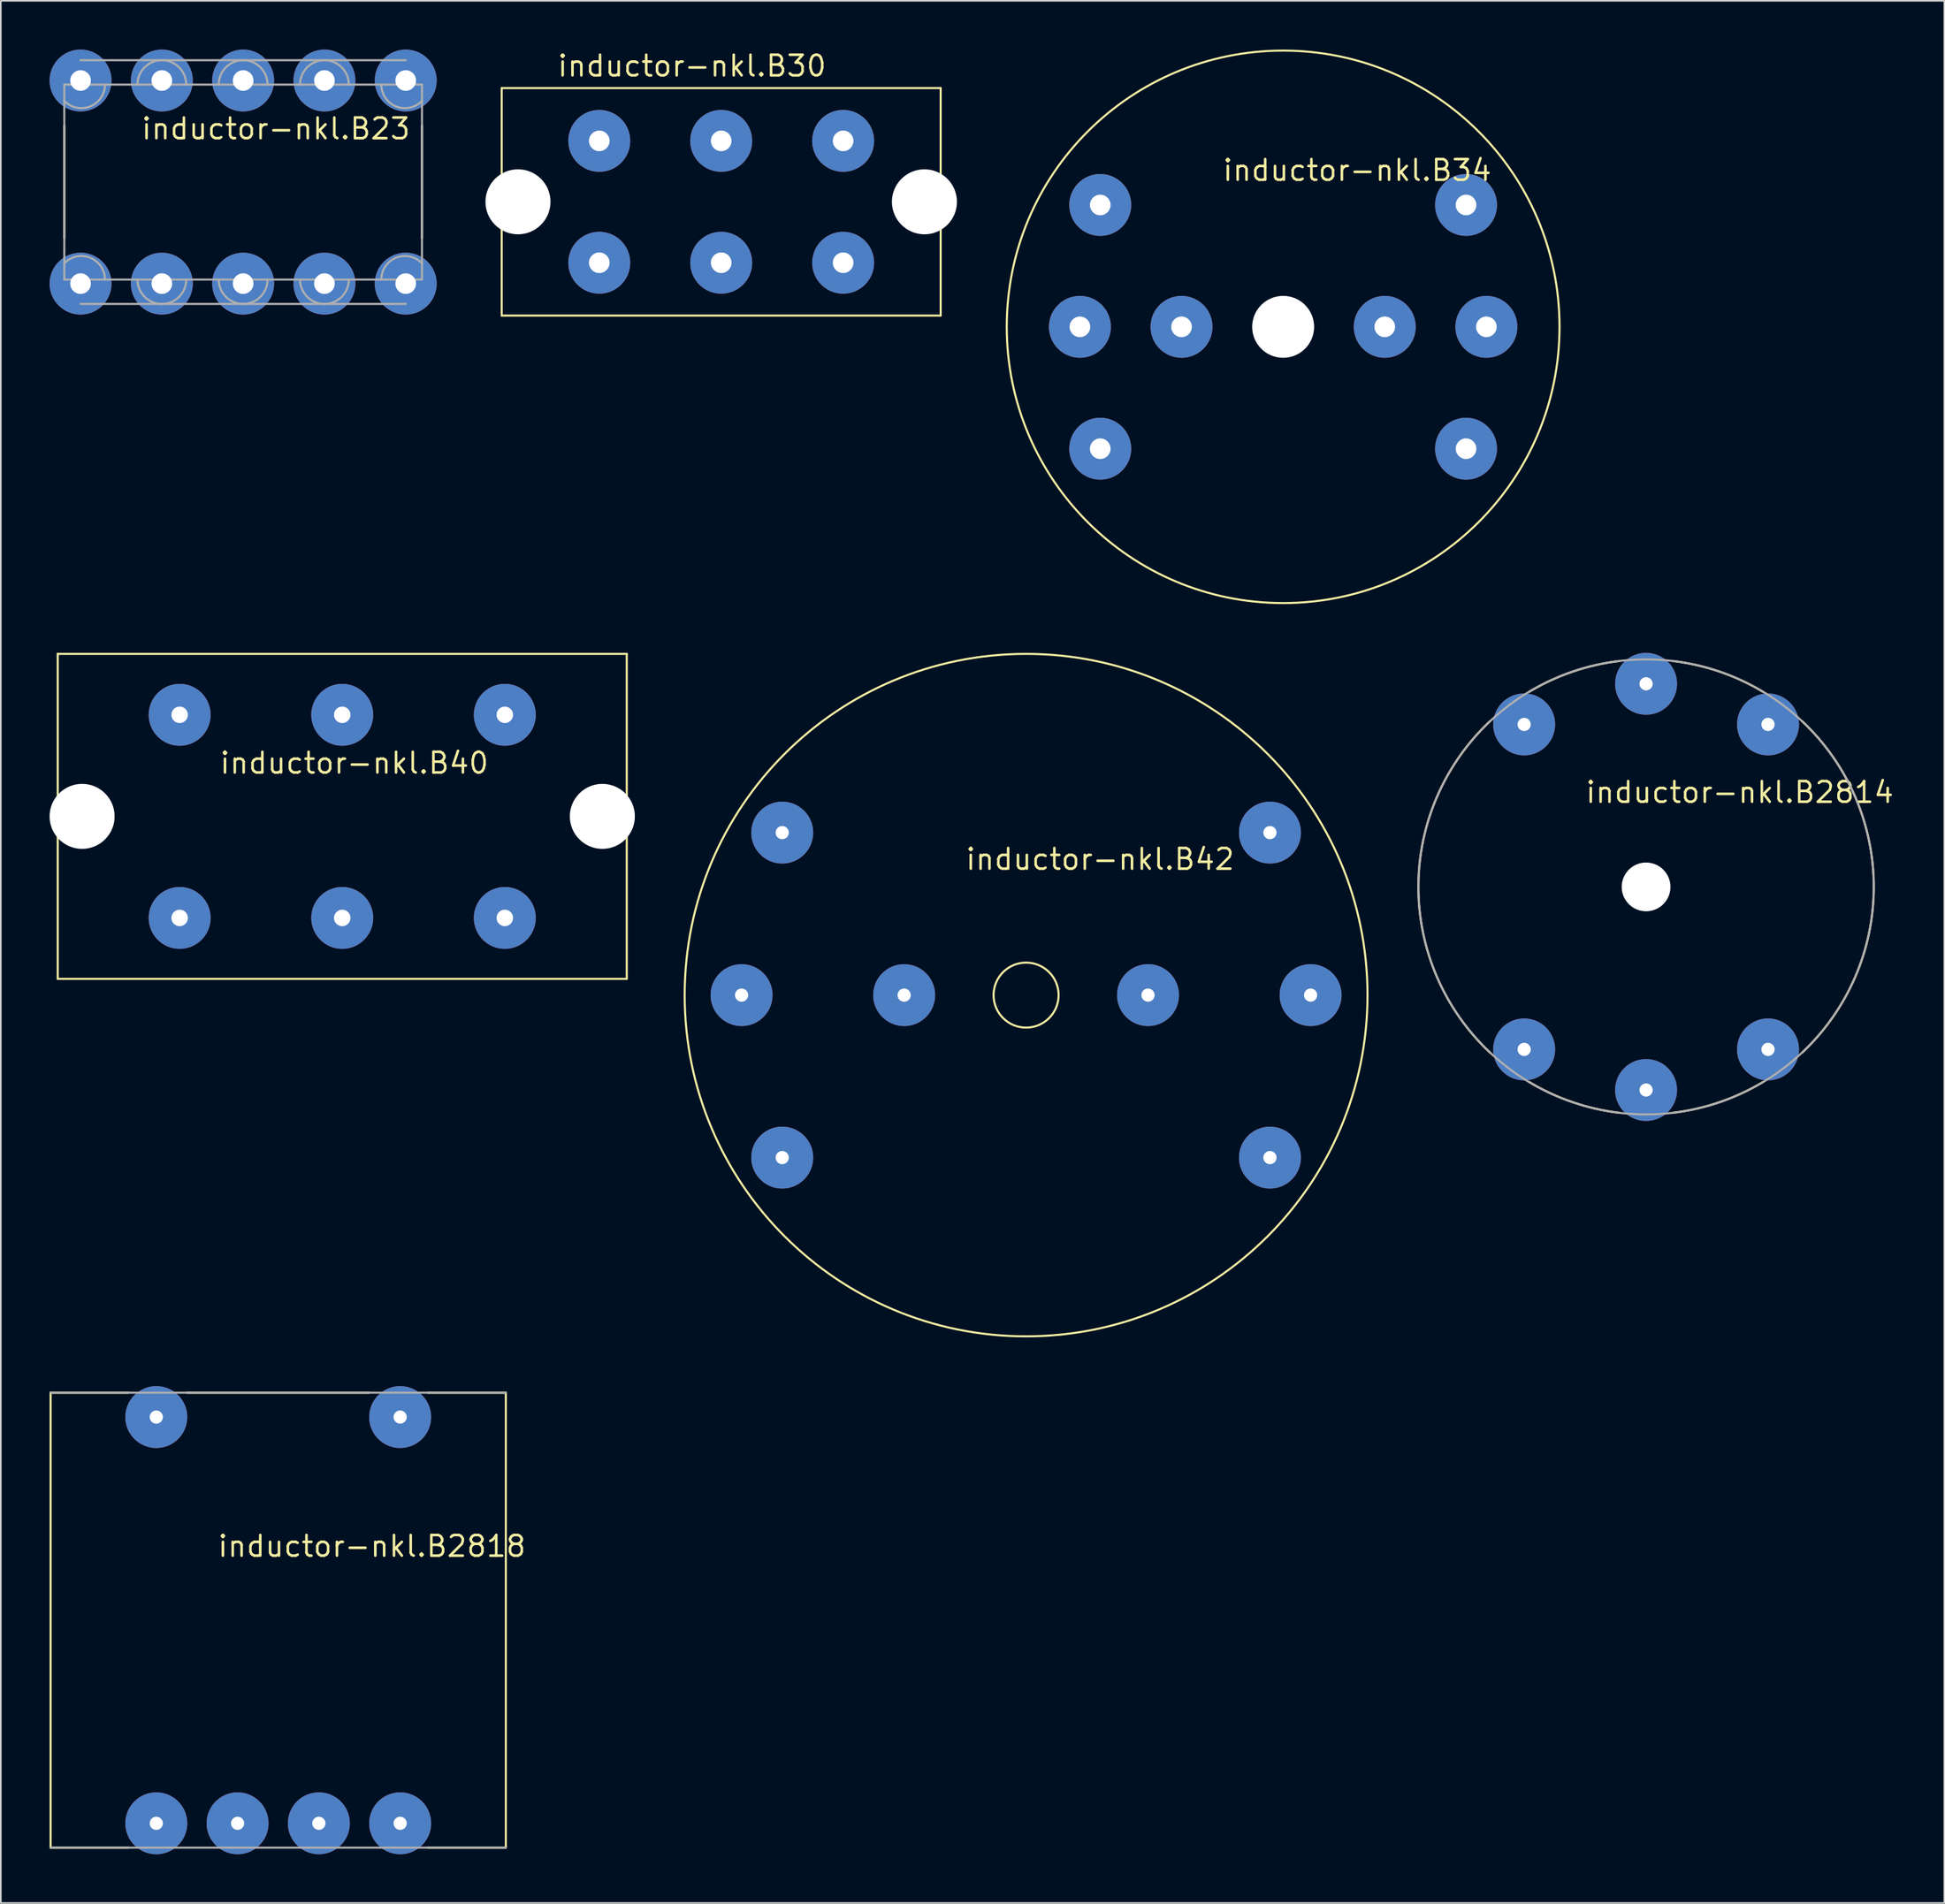
<source format=kicad_pcb>
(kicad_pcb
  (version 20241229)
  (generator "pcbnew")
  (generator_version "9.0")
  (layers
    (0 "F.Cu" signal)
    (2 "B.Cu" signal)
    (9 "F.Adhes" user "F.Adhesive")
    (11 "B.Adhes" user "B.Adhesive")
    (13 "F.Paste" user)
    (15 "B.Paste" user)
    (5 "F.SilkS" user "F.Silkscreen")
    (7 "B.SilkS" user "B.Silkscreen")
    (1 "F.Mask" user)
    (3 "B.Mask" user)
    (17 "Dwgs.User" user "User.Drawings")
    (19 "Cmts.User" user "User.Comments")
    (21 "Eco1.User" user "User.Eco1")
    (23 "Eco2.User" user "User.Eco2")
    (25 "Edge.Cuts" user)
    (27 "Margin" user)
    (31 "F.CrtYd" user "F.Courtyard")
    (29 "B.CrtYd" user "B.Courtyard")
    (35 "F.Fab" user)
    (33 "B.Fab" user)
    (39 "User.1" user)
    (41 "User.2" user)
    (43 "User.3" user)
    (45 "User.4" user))
  (footprint "inductor-nkl.B30"
    (layer "F.Cu")
    (at 41.31 9.37)
    (property "Reference" "inductor-nkl.B30" (at -10.16 -7.62 0) (layer "F.SilkS") (effects (font (size 1.27 1.27) (thickness 0.16)) (justify left bottom)))
    (attr through_hole)
    (fp_line (start -13.5 -7) (end 13.5 -7) (stroke (width 0.127) (type default)) (layer "F.SilkS"))
    (fp_line (start -13.5 7) (end -13.5 -7) (stroke (width 0.127) (type default)) (layer "F.SilkS"))
    (fp_line (start 13.5 -7) (end 13.5 7) (stroke (width 0.127) (type default)) (layer "F.SilkS"))
    (fp_line (start 13.5 7) (end -13.5 7) (stroke (width 0.127) (type default)) (layer "F.SilkS"))
    (pad "" np_thru_hole circle (at -12.5 0) (size 4 4) (drill 4) (layers "*.Cu" "*.Mask"))
    (pad "" np_thru_hole circle (at 12.5 0) (size 4 4) (drill 4) (layers "*.Cu" "*.Mask"))
    (pad "1" thru_hole circle (at 7.5 -3.75) (size 3.81 3.81) (drill 1.27) (layers "*.Cu" "*.Mask"))
    (pad "2" thru_hole circle (at 7.5 3.75) (size 3.81 3.81) (drill 1.27) (layers "*.Cu" "*.Mask"))
    (pad "3" thru_hole circle (at -7.5 -3.75) (size 3.81 3.81) (drill 1.27) (layers "*.Cu" "*.Mask"))
    (pad "4" thru_hole circle (at -7.5 3.75) (size 3.81 3.81) (drill 1.27) (layers "*.Cu" "*.Mask"))
    (pad "5" thru_hole circle (at 0 -3.75) (size 3.81 3.81) (drill 1.27) (layers "*.Cu" "*.Mask"))
    (pad "6" thru_hole circle (at 0 3.75) (size 3.81 3.81) (drill 1.27) (layers "*.Cu" "*.Mask")))
  (footprint "inductor-nkl.B34"
    (layer "F.Cu")
    (at 75.874 17.064)
    (property "Reference" "inductor-nkl.B34" (at -3.81 -8.89 0) (layer "F.SilkS") (effects (font (size 1.27 1.27) (thickness 0.16)) (justify left bottom)))
    (attr through_hole)
    (fp_circle (center 0 0) (end 17 0) (stroke (width 0.127) (type default)) (fill no) (layer "F.SilkS"))
    (pad "" np_thru_hole circle (at 0 0) (size 3.81 3.81) (drill 3.81) (layers "*.Cu" "*.Mask"))
    (pad "1" thru_hole circle (at -11.25 -7.5) (size 3.81 3.81) (drill 1.27) (layers "*.Cu" "*.Mask"))
    (pad "2" thru_hole circle (at 11.25 -7.5) (size 3.81 3.81) (drill 1.27) (layers "*.Cu" "*.Mask"))
    (pad "3" thru_hole circle (at -11.25 7.5) (size 3.81 3.81) (drill 1.27) (layers "*.Cu" "*.Mask"))
    (pad "4" thru_hole circle (at 11.25 7.5) (size 3.81 3.81) (drill 1.27) (layers "*.Cu" "*.Mask"))
    (pad "5" thru_hole circle (at -6.25 0) (size 3.81 3.81) (drill 1.27) (layers "*.Cu" "*.Mask"))
    (pad "6" thru_hole circle (at -12.5 0) (size 3.81 3.81) (drill 1.27) (layers "*.Cu" "*.Mask"))
    (pad "7" thru_hole circle (at 6.25 0) (size 3.81 3.81) (drill 1.27) (layers "*.Cu" "*.Mask"))
    (pad "8" thru_hole circle (at 12.5 0) (size 3.81 3.81) (drill 1.27) (layers "*.Cu" "*.Mask")))
  (footprint "inductor-nkl.B2814"
    (layer "F.Cu")
    (at 98.198 51.532)
    (property "Reference" "inductor-nkl.B2814" (at -3.81 -5.08 0) (layer "F.SilkS") (effects (font (size 1.27 1.27) (thickness 0.16)) (justify left bottom)))
    (attr through_hole)
    (fp_arc (start -9.6 10.2) (mid -14.007141 0) (end -9.6 -10.2) (stroke (width 0.127) (type default)) (layer "F.SilkS"))
    (fp_arc (start -7.2 -12) (mid -4.525644 -13.243987) (end -1.65 -13.9) (stroke (width 0.127) (type default)) (layer "F.SilkS"))
    (fp_arc (start -1.65 13.9) (mid -4.525643 13.243984) (end -7.2 12) (stroke (width 0.127) (type default)) (layer "F.SilkS"))
    (fp_arc (start 1.65 -13.9) (mid 4.525644 -13.243987) (end 7.2 -12) (stroke (width 0.127) (type default)) (layer "F.SilkS"))
    (fp_arc (start 7.2 12) (mid 4.525644 13.243987) (end 1.65 13.9) (stroke (width 0.127) (type default)) (layer "F.SilkS"))
    (fp_arc (start 9.6 -10.2) (mid 14.007141 0) (end 9.6 10.2) (stroke (width 0.127) (type default)) (layer "F.SilkS"))
    (fp_circle (center 0 0) (end 14 0) (stroke (width 0.127) (type default)) (fill no) (layer "F.Fab"))
    (pad "" np_thru_hole circle (at 0 0) (size 3 3) (drill 3) (layers "*.Cu" "*.Mask"))
    (pad "1" thru_hole circle (at -7.5 10) (size 3.81 3.81) (drill 0.813) (layers "*.Cu" "*.Mask"))
    (pad "2" thru_hole circle (at -7.5 -10) (size 3.81 3.81) (drill 0.813) (layers "*.Cu" "*.Mask"))
    (pad "3" thru_hole circle (at 7.5 10) (size 3.81 3.81) (drill 0.813) (layers "*.Cu" "*.Mask"))
    (pad "4" thru_hole circle (at 7.5 -10) (size 3.81 3.81) (drill 0.813) (layers "*.Cu" "*.Mask"))
    (pad "5" thru_hole circle (at 0 12.5) (size 3.81 3.81) (drill 0.813) (layers "*.Cu" "*.Mask"))
    (pad "6" thru_hole circle (at 0 -12.5) (size 3.81 3.81) (drill 0.813) (layers "*.Cu" "*.Mask")))
  (footprint "inductor-nkl.B42"
    (layer "F.Cu")
    (at 60.063 58.191)
    (property "Reference" "inductor-nkl.B42" (at -3.81 -7.62 0) (layer "F.SilkS") (effects (font (size 1.27 1.27) (thickness 0.16)) (justify left bottom)))
    (attr through_hole)
    (fp_circle (center 0 0) (end 2 0) (stroke (width 0.127) (type default)) (fill no) (layer "F.SilkS"))
    (fp_circle (center 0 0) (end 21 0) (stroke (width 0.127) (type default)) (fill no) (layer "F.SilkS"))
    (pad "1" thru_hole circle (at 15 -10) (size 3.81 3.81) (drill 0.813) (layers "*.Cu" "*.Mask"))
    (pad "2" thru_hole circle (at -15 -10) (size 3.81 3.81) (drill 0.813) (layers "*.Cu" "*.Mask"))
    (pad "3" thru_hole circle (at 15 10) (size 3.81 3.81) (drill 0.813) (layers "*.Cu" "*.Mask"))
    (pad "4" thru_hole circle (at -15 10) (size 3.81 3.81) (drill 0.813) (layers "*.Cu" "*.Mask"))
    (pad "5" thru_hole circle (at 7.5 0) (size 3.81 3.81) (drill 0.813) (layers "*.Cu" "*.Mask"))
    (pad "6" thru_hole circle (at 17.5 0) (size 3.81 3.81) (drill 0.813) (layers "*.Cu" "*.Mask"))
    (pad "7" thru_hole circle (at -7.5 0) (size 3.81 3.81) (drill 0.813) (layers "*.Cu" "*.Mask"))
    (pad "8" thru_hole circle (at -17.5 0) (size 3.81 3.81) (drill 0.813) (layers "*.Cu" "*.Mask")))
  (footprint "inductor-nkl.B2818"
    (layer "F.Cu")
    (at 14.063 96.659)
    (property "Reference" "inductor-nkl.B2818" (at -3.81 -3.81 0) (layer "F.SilkS") (effects (font (size 1.27 1.27) (thickness 0.16)) (justify left bottom)))
    (attr through_hole)
    (fp_line (start -14 -14) (end -9.2 -14) (stroke (width 0.127) (type default)) (layer "F.SilkS"))
    (fp_line (start -14 14) (end -14 -14) (stroke (width 0.127) (type default)) (layer "F.SilkS"))
    (fp_line (start -9.2 14) (end -14 14) (stroke (width 0.127) (type default)) (layer "F.SilkS"))
    (fp_line (start -5.6 -14) (end 5.6 -14) (stroke (width 0.127) (type default)) (layer "F.SilkS"))
    (fp_line (start 9.2 -14) (end 14 -14) (stroke (width 0.127) (type default)) (layer "F.SilkS"))
    (fp_line (start 14 -14) (end 14 14) (stroke (width 0.127) (type default)) (layer "F.SilkS"))
    (fp_line (start 14 14) (end 9.2 14) (stroke (width 0.127) (type default)) (layer "F.SilkS"))
    (fp_line (start -14 -14) (end 14 -14) (stroke (width 0.127) (type default)) (layer "F.Fab"))
    (fp_line (start 14 14) (end -14 14) (stroke (width 0.127) (type default)) (layer "F.Fab"))
    (pad "1" thru_hole circle (at -7.5 -12.5) (size 3.81 3.81) (drill 0.813) (layers "*.Cu" "*.Mask"))
    (pad "2" thru_hole circle (at 7.5 -12.5) (size 3.81 3.81) (drill 0.813) (layers "*.Cu" "*.Mask"))
    (pad "3" thru_hole circle (at -2.5 12.5) (size 3.81 3.81) (drill 0.813) (layers "*.Cu" "*.Mask"))
    (pad "4" thru_hole circle (at 2.5 12.5) (size 3.81 3.81) (drill 0.813) (layers "*.Cu" "*.Mask"))
    (pad "5" thru_hole circle (at 7.5 12.5) (size 3.81 3.81) (drill 0.813) (layers "*.Cu" "*.Mask"))
    (pad "6" thru_hole circle (at -7.5 12.5) (size 3.81 3.81) (drill 0.813) (layers "*.Cu" "*.Mask")))
  (footprint "inductor-nkl.B40"
    (layer "F.Cu")
    (at 18 47.191)
    (property "Reference" "inductor-nkl.B40" (at -7.62 -2.54 0) (layer "F.SilkS") (effects (font (size 1.27 1.27) (thickness 0.16)) (justify left bottom)))
    (attr through_hole)
    (fp_line (start -17.5 -10) (end 17.5 -10) (stroke (width 0.127) (type default)) (layer "F.SilkS"))
    (fp_line (start -17.5 10) (end -17.5 -10) (stroke (width 0.127) (type default)) (layer "F.SilkS"))
    (fp_line (start 17.5 -10) (end 17.5 10) (stroke (width 0.127) (type default)) (layer "F.SilkS"))
    (fp_line (start 17.5 10) (end -17.5 10) (stroke (width 0.127) (type default)) (layer "F.SilkS"))
    (pad "" np_thru_hole circle (at -16 0) (size 4 4) (drill 4) (layers "*.Cu" "*.Mask"))
    (pad "" np_thru_hole circle (at 16 0) (size 4 4) (drill 4) (layers "*.Cu" "*.Mask"))
    (pad "1" thru_hole circle (at 10 -6.25) (size 3.81 3.81) (drill 1.016) (layers "*.Cu" "*.Mask"))
    (pad "2" thru_hole circle (at 10 6.25) (size 3.81 3.81) (drill 1.016) (layers "*.Cu" "*.Mask"))
    (pad "3" thru_hole circle (at -10 -6.25) (size 3.81 3.81) (drill 1.016) (layers "*.Cu" "*.Mask"))
    (pad "4" thru_hole circle (at -10 6.25) (size 3.81 3.81) (drill 1.016) (layers "*.Cu" "*.Mask"))
    (pad "5" thru_hole circle (at 0 -6.25) (size 3.81 3.81) (drill 1.016) (layers "*.Cu" "*.Mask"))
    (pad "6" thru_hole circle (at 0 6.25) (size 3.81 3.81) (drill 1.016) (layers "*.Cu" "*.Mask")))
  (footprint "inductor-nkl.B23"
    (layer "F.Cu")
    (at 11.905 8.155)
    (property "Reference" "inductor-nkl.B23" (at -6.35 -2.54 0) (layer "F.SilkS") (effects (font (size 1.27 1.27) (thickness 0.16)) (justify left bottom)))
    (attr through_hole)
    (fp_line (start -11 3.46) (end -11 -3.46) (stroke (width 0.127) (type default)) (layer "F.SilkS"))
    (fp_line (start 11 -3.46) (end 11 3.46) (stroke (width 0.127) (type default)) (layer "F.SilkS"))
    (fp_line (start -11 -6) (end 11 -6) (stroke (width 0.127) (type default)) (layer "F.Fab"))
    (fp_line (start -11 6) (end -11 -6) (stroke (width 0.127) (type default)) (layer "F.Fab"))
    (fp_line (start -10 -7.5) (end 10 -7.5) (stroke (width 0.127) (type default)) (layer "F.Fab"))
    (fp_line (start -10 7.5) (end 10 7.5) (stroke (width 0.127) (type default)) (layer "F.Fab"))
    (fp_line (start 11 -6) (end 11 6) (stroke (width 0.127) (type default)) (layer "F.Fab"))
    (fp_line (start 11 6) (end -11 6) (stroke (width 0.127) (type default)) (layer "F.Fab"))
    (fp_arc (start -11 5) (mid -9.411484 4.653709) (end -8.5 6) (stroke (width 0.127) (type default)) (layer "F.Fab"))
    (fp_arc (start -8.5 -6) (mid -9.411484 -4.653709) (end -11 -5) (stroke (width 0.127) (type default)) (layer "F.Fab"))
    (fp_arc (start -6.5 -6) (mid -5 -7.5) (end -3.5 -6) (stroke (width 0.127) (type default)) (layer "F.Fab"))
    (fp_arc (start -3.5 6) (mid -5 7.5) (end -6.5 6) (stroke (width 0.127) (type default)) (layer "F.Fab"))
    (fp_arc (start -1.5 -6) (mid 0 -7.5) (end 1.5 -6) (stroke (width 0.127) (type default)) (layer "F.Fab"))
    (fp_arc (start 1.5 6) (mid 0 7.5) (end -1.5 6) (stroke (width 0.127) (type default)) (layer "F.Fab"))
    (fp_arc (start 3.5 -6) (mid 5 -7.5) (end 6.5 -6) (stroke (width 0.127) (type default)) (layer "F.Fab"))
    (fp_arc (start 6.5 6) (mid 5 7.5) (end 3.5 6) (stroke (width 0.127) (type default)) (layer "F.Fab"))
    (fp_arc (start 8.5 6) (mid 9.411484 4.653709) (end 11 5) (stroke (width 0.127) (type default)) (layer "F.Fab"))
    (fp_arc (start 11 -5) (mid 9.411484 -4.653709) (end 8.5 -6) (stroke (width 0.127) (type default)) (layer "F.Fab"))
    (pad "1" thru_hole circle (at -10 6.25) (size 3.81 3.81) (drill 1.27) (layers "*.Cu" "*.Mask"))
    (pad "2" thru_hole circle (at -5 6.25) (size 3.81 3.81) (drill 1.27) (layers "*.Cu" "*.Mask"))
    (pad "3" thru_hole circle (at 0 6.25) (size 3.81 3.81) (drill 1.27) (layers "*.Cu" "*.Mask"))
    (pad "4" thru_hole circle (at 5 6.25) (size 3.81 3.81) (drill 1.27) (layers "*.Cu" "*.Mask"))
    (pad "5" thru_hole circle (at 10 6.25) (size 3.81 3.81) (drill 1.27) (layers "*.Cu" "*.Mask"))
    (pad "6" thru_hole circle (at 10 -6.25) (size 3.81 3.81) (drill 1.27) (layers "*.Cu" "*.Mask"))
    (pad "7" thru_hole circle (at 5 -6.25) (size 3.81 3.81) (drill 1.27) (layers "*.Cu" "*.Mask"))
    (pad "8" thru_hole circle (at 0 -6.25) (size 3.81 3.81) (drill 1.27) (layers "*.Cu" "*.Mask"))
    (pad "9" thru_hole circle (at -5 -6.25) (size 3.81 3.81) (drill 1.27) (layers "*.Cu" "*.Mask"))
    (pad "10" thru_hole circle (at -10 -6.25) (size 3.81 3.81) (drill 1.27) (layers "*.Cu" "*.Mask")))
  (gr_rect
    (start -3 -3)
    (end 116.543 114.064)
    (stroke (width 0.1) (type default))
    (fill no)
    (layer "Edge.Cuts")))
</source>
